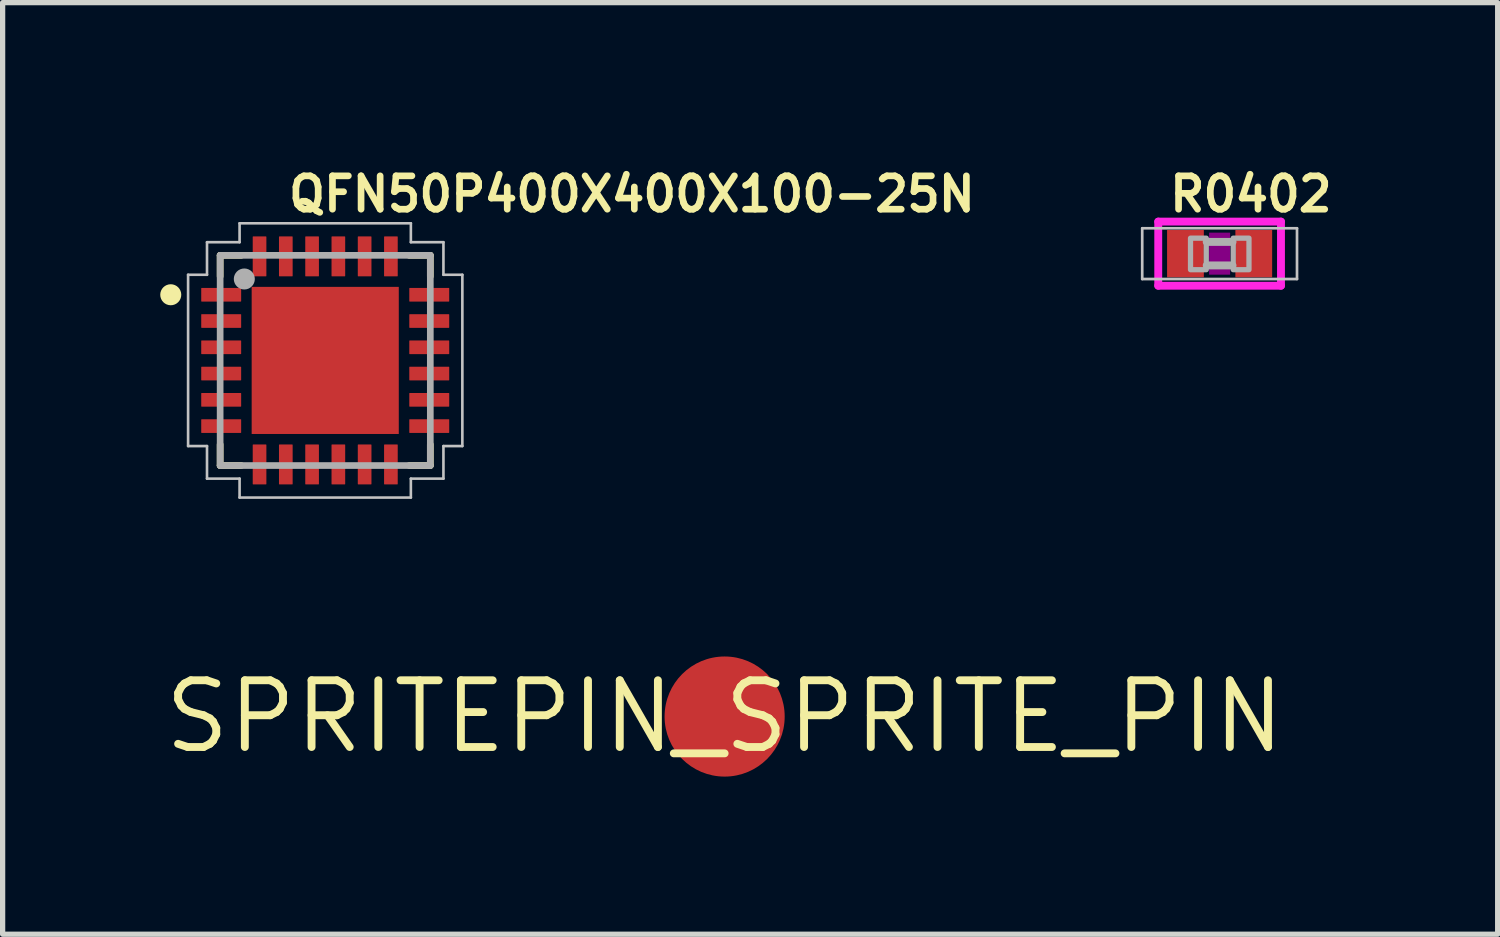
<source format=kicad_pcb>
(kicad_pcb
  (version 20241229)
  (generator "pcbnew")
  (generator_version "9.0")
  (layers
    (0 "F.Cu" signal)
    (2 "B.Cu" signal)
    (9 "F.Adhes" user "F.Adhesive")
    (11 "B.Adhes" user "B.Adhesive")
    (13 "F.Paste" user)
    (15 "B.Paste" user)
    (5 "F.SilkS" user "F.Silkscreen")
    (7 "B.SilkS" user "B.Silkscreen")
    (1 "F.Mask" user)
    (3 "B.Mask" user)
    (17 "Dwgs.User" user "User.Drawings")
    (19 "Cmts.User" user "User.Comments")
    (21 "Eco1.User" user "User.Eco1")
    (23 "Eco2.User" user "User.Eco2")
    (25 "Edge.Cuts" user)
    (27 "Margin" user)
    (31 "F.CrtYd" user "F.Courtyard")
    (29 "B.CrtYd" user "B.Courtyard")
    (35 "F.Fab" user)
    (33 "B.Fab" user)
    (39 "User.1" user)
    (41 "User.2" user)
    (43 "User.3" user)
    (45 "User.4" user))
  (footprint "R0402"
    (layer "F.Cu")
    (at 20.163 1.778)
    (property "Reference" "R0402" (at -1.016 -0.762 0) (layer "F.SilkS") (effects (font (size 0.635 0.635) (thickness 0.127)) (justify left bottom)))
    (attr through_hole)
    (fp_poly (pts (xy -0.2 0.4) (xy 0.2 0.4) (xy 0.2 -0.4) (xy -0.2 -0.4)) (stroke (width 0) (type solid)) (fill yes) (layer "F.Adhes"))
    (fp_line (start -1.473 -0.483) (end 1.473 -0.483) (stroke (width 0.051) (type solid)) (layer "Dwgs.User"))
    (fp_line (start -1.473 0.483) (end -1.473 -0.483) (stroke (width 0.051) (type solid)) (layer "Dwgs.User"))
    (fp_line (start 1.473 -0.483) (end 1.473 0.483) (stroke (width 0.051) (type solid)) (layer "Dwgs.User"))
    (fp_line (start 1.473 0.483) (end -1.473 0.483) (stroke (width 0.051) (type solid)) (layer "Dwgs.User"))
    (fp_line (start -1.168 -0.61) (end -1.168 0.61) (stroke (width 0.15) (type solid)) (layer "F.CrtYd"))
    (fp_line (start -1.168 0.61) (end 1.168 0.61) (stroke (width 0.15) (type solid)) (layer "F.CrtYd"))
    (fp_line (start 1.168 -0.61) (end -1.168 -0.61) (stroke (width 0.15) (type solid)) (layer "F.CrtYd"))
    (fp_line (start 1.168 0.61) (end 1.168 -0.61) (stroke (width 0.15) (type solid)) (layer "F.CrtYd"))
    (fp_line (start -0.245 -0.224) (end 0.245 -0.224) (stroke (width 0.152) (type solid)) (layer "F.Fab"))
    (fp_line (start 0.245 0.224) (end -0.245 0.224) (stroke (width 0.152) (type solid)) (layer "F.Fab"))
    (fp_poly (pts (xy -0.554 0.305) (xy -0.254 0.305) (xy -0.254 -0.295) (xy -0.554 -0.295)) (stroke (width 0.1) (type solid)) (fill no) (layer "F.Fab"))
    (fp_poly (pts (xy 0.259 0.305) (xy 0.559 0.305) (xy 0.559 -0.295) (xy 0.259 -0.295)) (stroke (width 0.1) (type solid)) (fill no) (layer "F.Fab"))
    (pad "1" smd rect (at -0.65 0) (size 0.7 0.9) (layers "F.Cu" "F.Mask" "F.Paste"))
    (pad "2" smd rect (at 0.65 0) (size 0.7 0.9) (layers "F.Cu" "F.Mask" "F.Paste")))
  (footprint "QFN50P400X400X100-25N"
    (layer "F.Cu")
    (at 3.14 3.81)
    (property "Reference" "QFN50P400X400X100-25N" (at -0.762 -2.794 0) (layer "F.SilkS") (effects (font (size 0.635 0.635) (thickness 0.127)) (justify left bottom)))
    (attr through_hole)
    (fp_line (start -2 -2) (end -2 -1.6) (stroke (width 0.127) (type solid)) (layer "F.SilkS"))
    (fp_line (start -2 1.6) (end -2 2) (stroke (width 0.127) (type solid)) (layer "F.SilkS"))
    (fp_line (start -2 2) (end -1.6 2) (stroke (width 0.127) (type solid)) (layer "F.SilkS"))
    (fp_line (start -1.6 -2) (end -2 -2) (stroke (width 0.127) (type solid)) (layer "F.SilkS"))
    (fp_line (start 1.6 2) (end 2 2) (stroke (width 0.127) (type solid)) (layer "F.SilkS"))
    (fp_line (start 2 -2) (end 1.6 -2) (stroke (width 0.127) (type solid)) (layer "F.SilkS"))
    (fp_line (start 2 -1.6) (end 2 -2) (stroke (width 0.127) (type solid)) (layer "F.SilkS"))
    (fp_line (start 2 2) (end 2 1.6) (stroke (width 0.127) (type solid)) (layer "F.SilkS"))
    (fp_circle (center -2.94 -1.25) (end -2.84 -1.25) (stroke (width 0.2) (type solid)) (fill no) (layer "F.SilkS"))
    (fp_poly (pts (xy -1.128 1.128) (xy -0.135 1.128) (xy -0.135 0.135) (xy -1.128 0.135)) (stroke (width 0) (type solid)) (fill yes) (layer "F.Paste"))
    (fp_poly (pts (xy -1.127 -0.135) (xy -0.135 -0.135) (xy -0.135 -1.125) (xy -1.127 -1.125)) (stroke (width 0) (type solid)) (fill yes) (layer "F.Paste"))
    (fp_poly (pts (xy 0.135 -0.135) (xy 1.125 -0.135) (xy 1.125 -1.125) (xy 0.135 -1.125)) (stroke (width 0) (type solid)) (fill yes) (layer "F.Paste"))
    (fp_poly (pts (xy 0.135 1.128) (xy 1.125 1.128) (xy 1.125 0.135) (xy 0.135 0.135)) (stroke (width 0) (type solid)) (fill yes) (layer "F.Paste"))
    (fp_line (start -2.61 -1.63) (end -2.25 -1.63) (stroke (width 0.05) (type solid)) (layer "Dwgs.User"))
    (fp_line (start -2.61 1.63) (end -2.61 -1.63) (stroke (width 0.05) (type solid)) (layer "Dwgs.User"))
    (fp_line (start -2.25 -2.25) (end -1.63 -2.25) (stroke (width 0.05) (type solid)) (layer "Dwgs.User"))
    (fp_line (start -2.25 -1.63) (end -2.25 -2.25) (stroke (width 0.05) (type solid)) (layer "Dwgs.User"))
    (fp_line (start -2.25 1.63) (end -2.61 1.63) (stroke (width 0.05) (type solid)) (layer "Dwgs.User"))
    (fp_line (start -2.25 2.25) (end -2.25 1.63) (stroke (width 0.05) (type solid)) (layer "Dwgs.User"))
    (fp_line (start -1.63 -2.61) (end 1.63 -2.61) (stroke (width 0.05) (type solid)) (layer "Dwgs.User"))
    (fp_line (start -1.63 -2.25) (end -1.63 -2.61) (stroke (width 0.05) (type solid)) (layer "Dwgs.User"))
    (fp_line (start -1.63 2.25) (end -2.25 2.25) (stroke (width 0.05) (type solid)) (layer "Dwgs.User"))
    (fp_line (start -1.63 2.61) (end -1.63 2.25) (stroke (width 0.05) (type solid)) (layer "Dwgs.User"))
    (fp_line (start 1.63 -2.61) (end 1.63 -2.25) (stroke (width 0.05) (type solid)) (layer "Dwgs.User"))
    (fp_line (start 1.63 -2.25) (end 2.25 -2.25) (stroke (width 0.05) (type solid)) (layer "Dwgs.User"))
    (fp_line (start 1.63 2.25) (end 1.63 2.61) (stroke (width 0.05) (type solid)) (layer "Dwgs.User"))
    (fp_line (start 1.63 2.61) (end -1.63 2.61) (stroke (width 0.05) (type solid)) (layer "Dwgs.User"))
    (fp_line (start 2.25 -2.25) (end 2.25 -1.63) (stroke (width 0.05) (type solid)) (layer "Dwgs.User"))
    (fp_line (start 2.25 -1.63) (end 2.61 -1.63) (stroke (width 0.05) (type solid)) (layer "Dwgs.User"))
    (fp_line (start 2.25 1.63) (end 2.25 2.25) (stroke (width 0.05) (type solid)) (layer "Dwgs.User"))
    (fp_line (start 2.25 2.25) (end 1.63 2.25) (stroke (width 0.05) (type solid)) (layer "Dwgs.User"))
    (fp_line (start 2.61 -1.63) (end 2.61 1.63) (stroke (width 0.05) (type solid)) (layer "Dwgs.User"))
    (fp_line (start 2.61 1.63) (end 2.25 1.63) (stroke (width 0.05) (type solid)) (layer "Dwgs.User"))
    (fp_line (start -2 -2) (end 2 -2) (stroke (width 0.127) (type solid)) (layer "F.Fab"))
    (fp_line (start -2 2) (end -2 -2) (stroke (width 0.127) (type solid)) (layer "F.Fab"))
    (fp_line (start 2 -2) (end 2 2) (stroke (width 0.127) (type solid)) (layer "F.Fab"))
    (fp_line (start 2 2) (end -2 2) (stroke (width 0.127) (type solid)) (layer "F.Fab"))
    (fp_circle (center -1.54 -1.55) (end -1.44 -1.55) (stroke (width 0.2) (type solid)) (fill no) (layer "F.Fab"))
    (pad "1" smd roundrect (at -1.98 -1.25) (size 0.76 0.26) (layers "F.Cu" "F.Mask" "F.Paste") (roundrect_rratio 0.035))
    (pad "2" smd roundrect (at -1.98 -0.75) (size 0.76 0.26) (layers "F.Cu" "F.Mask" "F.Paste") (roundrect_rratio 0.035))
    (pad "3" smd roundrect (at -1.98 -0.25) (size 0.76 0.26) (layers "F.Cu" "F.Mask" "F.Paste") (roundrect_rratio 0.035))
    (pad "4" smd roundrect (at -1.98 0.25) (size 0.76 0.26) (layers "F.Cu" "F.Mask" "F.Paste") (roundrect_rratio 0.035))
    (pad "5" smd roundrect (at -1.98 0.75) (size 0.76 0.26) (layers "F.Cu" "F.Mask" "F.Paste") (roundrect_rratio 0.035))
    (pad "6" smd roundrect (at -1.98 1.25) (size 0.76 0.26) (layers "F.Cu" "F.Mask" "F.Paste") (roundrect_rratio 0.035))
    (pad "7" smd roundrect (at -1.25 1.98 90) (size 0.76 0.26) (layers "F.Cu" "F.Mask" "F.Paste") (roundrect_rratio 0.035))
    (pad "8" smd roundrect (at -0.75 1.98 90) (size 0.76 0.26) (layers "F.Cu" "F.Mask" "F.Paste") (roundrect_rratio 0.035))
    (pad "9" smd roundrect (at -0.25 1.98 90) (size 0.76 0.26) (layers "F.Cu" "F.Mask" "F.Paste") (roundrect_rratio 0.035))
    (pad "10" smd roundrect (at 0.25 1.98 90) (size 0.76 0.26) (layers "F.Cu" "F.Mask" "F.Paste") (roundrect_rratio 0.035))
    (pad "11" smd roundrect (at 0.75 1.98 90) (size 0.76 0.26) (layers "F.Cu" "F.Mask" "F.Paste") (roundrect_rratio 0.035))
    (pad "12" smd roundrect (at 1.25 1.98 90) (size 0.76 0.26) (layers "F.Cu" "F.Mask" "F.Paste") (roundrect_rratio 0.035))
    (pad "13" smd roundrect (at 1.98 1.25 180) (size 0.76 0.26) (layers "F.Cu" "F.Mask" "F.Paste") (roundrect_rratio 0.035))
    (pad "14" smd roundrect (at 1.98 0.75 180) (size 0.76 0.26) (layers "F.Cu" "F.Mask" "F.Paste") (roundrect_rratio 0.035))
    (pad "15" smd roundrect (at 1.98 0.25 180) (size 0.76 0.26) (layers "F.Cu" "F.Mask" "F.Paste") (roundrect_rratio 0.035))
    (pad "16" smd roundrect (at 1.98 -0.25 180) (size 0.76 0.26) (layers "F.Cu" "F.Mask" "F.Paste") (roundrect_rratio 0.035))
    (pad "17" smd roundrect (at 1.98 -0.75 180) (size 0.76 0.26) (layers "F.Cu" "F.Mask" "F.Paste") (roundrect_rratio 0.035))
    (pad "18" smd roundrect (at 1.98 -1.25 180) (size 0.76 0.26) (layers "F.Cu" "F.Mask" "F.Paste") (roundrect_rratio 0.035))
    (pad "19" smd roundrect (at 1.25 -1.98 270) (size 0.76 0.26) (layers "F.Cu" "F.Mask" "F.Paste") (roundrect_rratio 0.035))
    (pad "20" smd roundrect (at 0.75 -1.98 270) (size 0.76 0.26) (layers "F.Cu" "F.Mask" "F.Paste") (roundrect_rratio 0.035))
    (pad "21" smd roundrect (at 0.25 -1.98 270) (size 0.76 0.26) (layers "F.Cu" "F.Mask" "F.Paste") (roundrect_rratio 0.035))
    (pad "22" smd roundrect (at -0.25 -1.98 270) (size 0.76 0.26) (layers "F.Cu" "F.Mask" "F.Paste") (roundrect_rratio 0.035))
    (pad "23" smd roundrect (at -0.75 -1.98 270) (size 0.76 0.26) (layers "F.Cu" "F.Mask" "F.Paste") (roundrect_rratio 0.035))
    (pad "24" smd roundrect (at -1.25 -1.98 270) (size 0.76 0.26) (layers "F.Cu" "F.Mask" "F.Paste") (roundrect_rratio 0.035))
    (pad "25" smd rect (at 0 0) (size 2.8 2.8) (layers "F.Cu" "F.Mask")))
  (footprint "SPRITEPIN_SPRITE_PIN"
    (layer "F.Cu")
    (at 10.742 10.588)
    (property "Reference" "SPRITEPIN_SPRITE_PIN" (at 0 0 0) (layer "F.SilkS") (effects (font (size 1.27 1.27) (thickness 0.15))))
    (attr through_hole)
    (pad "PIN" connect circle (at 0 0) (size 2.286 2.286) (layers "F.Cu" "F.Mask")))
  (gr_rect
    (start -3 -3)
    (end 25.455 14.731)
    (stroke (width 0.1) (type default))
    (fill no)
    (layer "Edge.Cuts")))
</source>
